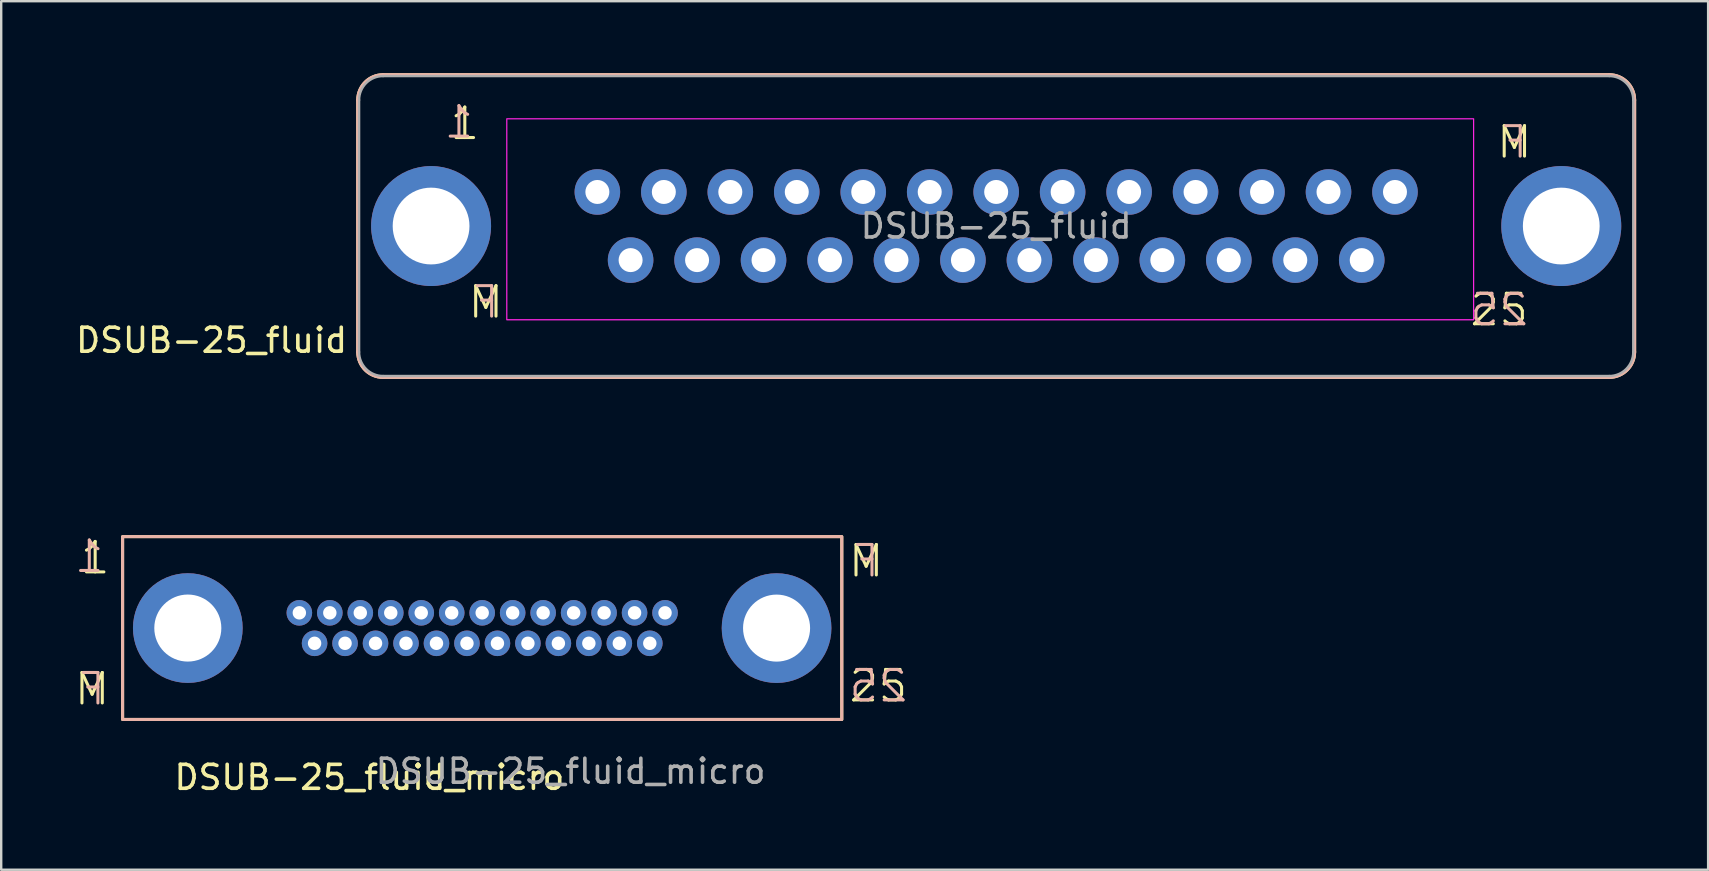
<source format=kicad_pcb>
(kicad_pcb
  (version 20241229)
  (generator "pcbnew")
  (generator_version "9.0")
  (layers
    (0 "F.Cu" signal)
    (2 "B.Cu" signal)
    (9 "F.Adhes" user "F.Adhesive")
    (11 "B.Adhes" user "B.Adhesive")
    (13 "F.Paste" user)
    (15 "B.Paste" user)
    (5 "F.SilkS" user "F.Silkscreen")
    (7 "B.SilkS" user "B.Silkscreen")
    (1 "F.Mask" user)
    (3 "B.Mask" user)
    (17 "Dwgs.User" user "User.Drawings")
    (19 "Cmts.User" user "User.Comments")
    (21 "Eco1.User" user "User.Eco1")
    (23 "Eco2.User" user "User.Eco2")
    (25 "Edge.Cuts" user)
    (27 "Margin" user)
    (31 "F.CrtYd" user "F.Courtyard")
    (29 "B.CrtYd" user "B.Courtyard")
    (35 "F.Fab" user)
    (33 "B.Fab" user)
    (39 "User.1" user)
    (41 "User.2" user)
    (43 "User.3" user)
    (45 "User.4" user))
  (footprint "DSUB-25_fluid"
    (layer "F.Cu")
    (at 38.47 6.368)
    (property "Reference" "DSUB-25_fluid" (at -32.703 4.763 0) (layer "F.SilkS") (effects (font (size 1 1) (thickness 0.15))))
    (attr through_hole)
    (fp_line (start -26.615 5.252) (end -26.615 -5.248) (stroke (width 0.12) (type solid)) (layer "F.SilkS"))
    (fp_line (start -25.555 -6.308) (end 25.545 -6.308) (stroke (width 0.12) (type solid)) (layer "F.SilkS"))
    (fp_line (start 25.545 6.312) (end -25.555 6.312) (stroke (width 0.12) (type solid)) (layer "F.SilkS"))
    (fp_line (start 26.605 -5.248) (end 26.605 5.252) (stroke (width 0.12) (type solid)) (layer "F.SilkS"))
    (fp_arc (start -26.6149 -5.2476) (mid -26.304433 -5.997133) (end -25.5549 -6.3076) (stroke (width 0.12) (type solid)) (layer "F.SilkS"))
    (fp_arc (start -25.5549 6.3124) (mid -26.304433 6.001933) (end -26.6149 5.2524) (stroke (width 0.12) (type solid)) (layer "F.SilkS"))
    (fp_arc (start 25.5451 -6.3076) (mid 26.294633 -5.997133) (end 26.6051 -5.2476) (stroke (width 0.12) (type solid)) (layer "F.SilkS"))
    (fp_arc (start 26.6051 5.2524) (mid 26.294633 6.001933) (end 25.5451 6.3124) (stroke (width 0.12) (type solid)) (layer "F.SilkS"))
    (fp_line (start -26.615 -5.248) (end -26.615 5.252) (stroke (width 0.12) (type solid)) (layer "B.SilkS"))
    (fp_line (start -25.555 6.312) (end 25.545 6.312) (stroke (width 0.12) (type solid)) (layer "B.SilkS"))
    (fp_line (start 25.545 -6.308) (end -25.555 -6.308) (stroke (width 0.12) (type solid)) (layer "B.SilkS"))
    (fp_line (start 26.605 5.252) (end 26.605 -5.248) (stroke (width 0.12) (type solid)) (layer "B.SilkS"))
    (fp_arc (start -26.6149 -5.2476) (mid -26.304433 -5.997133) (end -25.5549 -6.3076) (stroke (width 0.12) (type solid)) (layer "B.SilkS"))
    (fp_arc (start -25.5549 6.3124) (mid -26.304434 6.001934) (end -26.6149 5.2524) (stroke (width 0.12) (type solid)) (layer "B.SilkS"))
    (fp_arc (start 25.5451 -6.3076) (mid 26.294633 -5.997133) (end 26.6051 -5.2476) (stroke (width 0.12) (type solid)) (layer "B.SilkS"))
    (fp_arc (start 26.6051 5.2524) (mid 26.294633 6.001933) (end 25.5451 6.3124) (stroke (width 0.12) (type solid)) (layer "B.SilkS"))
    (fp_rect (start -20.4 -4.468) (end 19.892 3.908) (stroke (width 0.05) (type solid)) (fill no) (layer "F.CrtYd"))
    (fp_line (start -26.555 5.252) (end -26.555 -5.248) (stroke (width 0.1) (type solid)) (layer "F.Fab"))
    (fp_line (start -25.555 -6.248) (end 25.545 -6.248) (stroke (width 0.1) (type solid)) (layer "F.Fab"))
    (fp_line (start 25.545 6.252) (end -25.555 6.252) (stroke (width 0.1) (type solid)) (layer "F.Fab"))
    (fp_line (start 26.545 -5.248) (end 26.545 5.252) (stroke (width 0.1) (type solid)) (layer "F.Fab"))
    (fp_arc (start -26.5549 -5.2476) (mid -26.262007 -5.954707) (end -25.5549 -6.2476) (stroke (width 0.1) (type solid)) (layer "F.Fab"))
    (fp_arc (start -25.5549 6.2524) (mid -26.262007 5.959507) (end -26.5549 5.2524) (stroke (width 0.1) (type solid)) (layer "F.Fab"))
    (fp_arc (start 25.5451 -6.2476) (mid 26.252207 -5.954707) (end 26.5451 -5.2476) (stroke (width 0.1) (type solid)) (layer "F.Fab"))
    (fp_arc (start 26.5451 5.2524) (mid 26.252207 5.959507) (end 25.5451 6.2524) (stroke (width 0.1) (type solid)) (layer "F.Fab"))
    (fp_line (start -21.364 -2.228) (end -20.465 2.872) (stroke (width 0.12) (type solid)) (layer "User.1"))
    (fp_line (start -20.117 -2.492) (end -19.218 2.608) (stroke (width 0.12) (type solid)) (layer "User.1"))
    (fp_line (start -17.029 -4.44) (end 17.434 -4.44) (stroke (width 0.12) (type solid)) (layer "User.1"))
    (fp_line (start -16.13 3.98) (end 16.535 3.98) (stroke (width 0.12) (type solid)) (layer "User.1"))
    (fp_line (start 16.218 5.567) (end -16.47 5.567) (stroke (width 0.1) (type solid)) (layer "User.1"))
    (fp_line (start 17.129 -5.545) (end -17.358 -5.545) (stroke (width 0.1) (type solid)) (layer "User.1"))
    (fp_line (start 19.888 -2.492) (end 18.988 2.608) (stroke (width 0.12) (type solid)) (layer "User.1"))
    (fp_line (start 20.81 -2.228) (end 19.911 2.872) (stroke (width 0.12) (type solid)) (layer "User.1"))
    (fp_rect (start -26.5 9.75) (end 26.5 -2.25) (stroke (width 0.12) (type solid)) (fill no) (layer "User.1"))
    (fp_arc (start -21.364437 -2.227843) (mid -20.183449 -4.879896) (end -17.357565 -5.5451) (stroke (width 0.12) (type solid)) (layer "User.1"))
    (fp_arc (start -20.1174 -2.491844) (mid -18.918201 -4.012786) (end -17.029089 -4.4401) (stroke (width 0.12) (type solid)) (layer "User.1"))
    (fp_arc (start -16.469803 5.5674) (mid -19.228758 4.756335) (end -20.597303 2.227157) (stroke (width 0.12) (type solid)) (layer "User.1"))
    (fp_arc (start -16.129821 3.9799) (mid -17.81945 3.621544) (end -19.218132 2.608156) (stroke (width 0.12) (type solid)) (layer "User.1"))
    (fp_arc (start 17.128823 -5.5451) (mid 20.007082 -4.552624) (end 20.677697 -1.582843) (stroke (width 0.1) (type solid)) (layer "User.1"))
    (fp_arc (start 17.434289 -4.4401) (mid 19.000645 -3.893737) (end 19.8876 -2.491844) (stroke (width 0.12) (type solid)) (layer "User.1"))
    (fp_arc (start 18.988332 2.608156) (mid 17.940333 3.61355) (end 16.535021 3.9799) (stroke (width 0.12) (type solid)) (layer "User.1"))
    (fp_arc (start 19.910563 2.872157) (mid 18.606731 4.962906) (end 16.218051 5.5674) (stroke (width 0.12) (type solid)) (layer "User.1"))
    (fp_text user "M" (at 21.59 -3.493 0) (unlocked yes) (layer "F.SilkS") (effects (font (size 1.27 1.27) (thickness 0.127))))
    (fp_text user "M" (at -21.273 3.175 0) (unlocked yes) (layer "F.SilkS") (effects (font (size 1.27 1.27) (thickness 0.127))))
    (fp_text user "25" (at 20.955 3.493 0) (unlocked yes) (layer "F.SilkS") (effects (font (size 1.27 1.27) (thickness 0.127))))
    (fp_text user "1" (at -22.149 -4.267 0) (unlocked yes) (layer "F.SilkS") (effects (font (size 1.27 1.27) (thickness 0.127))))
    (fp_text user "F" (at -21.273 3.175 0) (unlocked yes) (layer "B.SilkS") (effects (font (size 1.27 1.27) (thickness 0.127)) (justify mirror)))
    (fp_text user "25" (at 20.955 3.493 0) (unlocked yes) (layer "B.SilkS") (effects (font (size 1.27 1.27) (thickness 0.127)) (justify mirror)))
    (fp_text user "F" (at 21.59 -3.493 0) (unlocked yes) (layer "B.SilkS") (effects (font (size 1.27 1.27) (thickness 0.127)) (justify mirror)))
    (fp_text user "1" (at -22.394 -4.327 0) (unlocked yes) (layer "B.SilkS") (effects (font (size 1.27 1.27) (thickness 0.127)) (justify mirror)))
    (fp_text user "${REFERENCE}" (at -0.005 0.002 0) (layer "F.Fab") (effects (font (size 1 1) (thickness 0.15))))
    (pad "1" thru_hole circle (at -16.625 -1.418) (size 1.9 1.9) (drill 1) (layers "*.Cu" "*.Mask"))
    (pad "2" thru_hole circle (at -13.855 -1.418) (size 1.9 1.9) (drill 1) (layers "*.Cu" "*.Mask"))
    (pad "3" thru_hole circle (at -11.085 -1.418) (size 1.9 1.9) (drill 1) (layers "*.Cu" "*.Mask"))
    (pad "4" thru_hole circle (at -8.315 -1.418) (size 1.9 1.9) (drill 1) (layers "*.Cu" "*.Mask"))
    (pad "5" thru_hole circle (at -5.545 -1.418) (size 1.9 1.9) (drill 1) (layers "*.Cu" "*.Mask"))
    (pad "6" thru_hole circle (at -2.775 -1.418) (size 1.9 1.9) (drill 1) (layers "*.Cu" "*.Mask"))
    (pad "7" thru_hole circle (at -0.005 -1.418) (size 1.9 1.9) (drill 1) (layers "*.Cu" "*.Mask"))
    (pad "8" thru_hole circle (at 2.765 -1.418) (size 1.9 1.9) (drill 1) (layers "*.Cu" "*.Mask"))
    (pad "9" thru_hole circle (at 5.535 -1.418) (size 1.9 1.9) (drill 1) (layers "*.Cu" "*.Mask"))
    (pad "10" thru_hole circle (at 8.305 -1.418) (size 1.9 1.9) (drill 1) (layers "*.Cu" "*.Mask"))
    (pad "11" thru_hole circle (at 11.075 -1.418) (size 1.9 1.9) (drill 1) (layers "*.Cu" "*.Mask"))
    (pad "12" thru_hole circle (at 13.845 -1.418) (size 1.9 1.9) (drill 1) (layers "*.Cu" "*.Mask"))
    (pad "13" thru_hole circle (at 16.615 -1.418) (size 1.9 1.9) (drill 1) (layers "*.Cu" "*.Mask"))
    (pad "14" thru_hole circle (at -15.24 1.422) (size 1.9 1.9) (drill 1) (layers "*.Cu" "*.Mask"))
    (pad "15" thru_hole circle (at -12.47 1.422) (size 1.9 1.9) (drill 1) (layers "*.Cu" "*.Mask"))
    (pad "16" thru_hole circle (at -9.7 1.422) (size 1.9 1.9) (drill 1) (layers "*.Cu" "*.Mask"))
    (pad "17" thru_hole circle (at -6.93 1.422) (size 1.9 1.9) (drill 1) (layers "*.Cu" "*.Mask"))
    (pad "18" thru_hole circle (at -4.16 1.422) (size 1.9 1.9) (drill 1) (layers "*.Cu" "*.Mask"))
    (pad "19" thru_hole circle (at -1.39 1.422) (size 1.9 1.9) (drill 1) (layers "*.Cu" "*.Mask"))
    (pad "20" thru_hole circle (at 1.38 1.422) (size 1.9 1.9) (drill 1) (layers "*.Cu" "*.Mask"))
    (pad "21" thru_hole circle (at 4.15 1.422) (size 1.9 1.9) (drill 1) (layers "*.Cu" "*.Mask"))
    (pad "22" thru_hole circle (at 6.92 1.422) (size 1.9 1.9) (drill 1) (layers "*.Cu" "*.Mask"))
    (pad "23" thru_hole circle (at 9.69 1.422) (size 1.9 1.9) (drill 1) (layers "*.Cu" "*.Mask"))
    (pad "24" thru_hole circle (at 12.46 1.422) (size 1.9 1.9) (drill 1) (layers "*.Cu" "*.Mask"))
    (pad "25" thru_hole circle (at 15.23 1.422) (size 1.9 1.9) (drill 1) (layers "*.Cu" "*.Mask"))
    (pad "s1" thru_hole circle (at -23.555 0.002) (size 5 5) (drill 3.2) (layers "*.Cu" "*.Mask"))
    (pad "s2" thru_hole circle (at 23.545 0.002) (size 5 5) (drill 3.2) (layers "*.Cu" "*.Mask")))
  (footprint "DSUB-25_fluid_micro"
    (layer "F.Cu")
    (at 17.045 23.124)
    (property "Reference" "DSUB-25_fluid_micro" (at -4.699 6.223 180) (layer "F.SilkS") (effects (font (size 1 1) (thickness 0.15))))
    (attr through_hole)
    (fp_poly (pts (xy -14.986 -3.81) (xy 14.986 -3.81) (xy 14.986 3.81) (xy -14.986 3.81)) (stroke (width 0.127) (type solid)) (fill no) (layer "F.SilkS"))
    (fp_poly (pts (xy -14.986 -3.81) (xy 14.986 -3.81) (xy 14.986 3.81) (xy -14.986 3.81)) (stroke (width 0.127) (type solid)) (fill no) (layer "B.SilkS"))
    (fp_poly (pts (xy -10.16 -3.175) (xy 10.16 -3.175) (xy 8.89 3.175) (xy -8.89 3.175)) (stroke (width 0.102) (type solid)) (fill no) (layer "User.1"))
    (fp_text user "M" (at -16.256 2.54 0) (unlocked yes) (layer "F.SilkS") (effects (font (size 1.27 1.27) (thickness 0.127))))
    (fp_text user "M" (at 16.002 -2.794 0) (unlocked yes) (layer "F.SilkS") (effects (font (size 1.27 1.27) (thickness 0.127))))
    (fp_text user "1" (at -16.129 -2.921 0) (unlocked yes) (layer "F.SilkS") (effects (font (size 1.27 1.27) (thickness 0.127))))
    (fp_text user "25" (at 16.51 2.413 0) (unlocked yes) (layer "F.SilkS") (effects (font (size 1.27 1.27) (thickness 0.127))))
    (fp_text user "1" (at -16.374 -2.981 0) (unlocked yes) (layer "B.SilkS") (effects (font (size 1.27 1.27) (thickness 0.127)) (justify mirror)))
    (fp_text user "F" (at 16.002 -2.794 0) (unlocked yes) (layer "B.SilkS") (effects (font (size 1.27 1.27) (thickness 0.127)) (justify mirror)))
    (fp_text user "25" (at 16.51 2.413 0) (unlocked yes) (layer "B.SilkS") (effects (font (size 1.27 1.27) (thickness 0.127)) (justify mirror)))
    (fp_text user "F" (at -16.256 2.54 0) (unlocked yes) (layer "B.SilkS") (effects (font (size 1.27 1.27) (thickness 0.127)) (justify mirror)))
    (fp_text user "${REFERENCE}" (at 3.683 5.969 180) (layer "F.Fab") (effects (font (size 1 1) (thickness 0.15))))
    (pad "1" thru_hole circle (at -7.62 -0.635) (size 1.067 1.067) (drill 0.559) (layers "*.Cu" "*.Mask"))
    (pad "2" thru_hole circle (at -6.35 -0.635) (size 1.067 1.067) (drill 0.559) (layers "*.Cu" "*.Mask"))
    (pad "3" thru_hole circle (at -5.08 -0.635) (size 1.067 1.067) (drill 0.559) (layers "*.Cu" "*.Mask"))
    (pad "4" thru_hole circle (at -3.81 -0.635) (size 1.067 1.067) (drill 0.559) (layers "*.Cu" "*.Mask"))
    (pad "5" thru_hole circle (at -2.54 -0.635) (size 1.067 1.067) (drill 0.559) (layers "*.Cu" "*.Mask"))
    (pad "6" thru_hole circle (at -1.27 -0.635) (size 1.067 1.067) (drill 0.559) (layers "*.Cu" "*.Mask"))
    (pad "7" thru_hole circle (at 0 -0.635) (size 1.067 1.067) (drill 0.559) (layers "*.Cu" "*.Mask"))
    (pad "8" thru_hole circle (at 1.27 -0.635) (size 1.067 1.067) (drill 0.559) (layers "*.Cu" "*.Mask"))
    (pad "9" thru_hole circle (at 2.54 -0.635) (size 1.067 1.067) (drill 0.559) (layers "*.Cu" "*.Mask"))
    (pad "10" thru_hole circle (at 3.81 -0.635) (size 1.067 1.067) (drill 0.559) (layers "*.Cu" "*.Mask"))
    (pad "11" thru_hole circle (at 5.08 -0.635) (size 1.067 1.067) (drill 0.559) (layers "*.Cu" "*.Mask"))
    (pad "12" thru_hole circle (at 6.35 -0.635) (size 1.067 1.067) (drill 0.559) (layers "*.Cu" "*.Mask"))
    (pad "13" thru_hole circle (at 7.62 -0.635) (size 1.067 1.067) (drill 0.559) (layers "*.Cu" "*.Mask"))
    (pad "14" thru_hole circle (at -6.985 0.635) (size 1.067 1.067) (drill 0.559) (layers "*.Cu" "*.Mask"))
    (pad "15" thru_hole circle (at -5.715 0.635) (size 1.067 1.067) (drill 0.559) (layers "*.Cu" "*.Mask"))
    (pad "16" thru_hole circle (at -4.445 0.635) (size 1.067 1.067) (drill 0.559) (layers "*.Cu" "*.Mask"))
    (pad "17" thru_hole circle (at -3.175 0.635) (size 1.067 1.067) (drill 0.559) (layers "*.Cu" "*.Mask"))
    (pad "18" thru_hole circle (at -1.905 0.635) (size 1.067 1.067) (drill 0.559) (layers "*.Cu" "*.Mask"))
    (pad "19" thru_hole circle (at -0.635 0.635) (size 1.067 1.067) (drill 0.559) (layers "*.Cu" "*.Mask"))
    (pad "20" thru_hole circle (at 0.635 0.635) (size 1.067 1.067) (drill 0.559) (layers "*.Cu" "*.Mask"))
    (pad "21" thru_hole circle (at 1.905 0.635) (size 1.067 1.067) (drill 0.559) (layers "*.Cu" "*.Mask"))
    (pad "22" thru_hole circle (at 3.175 0.635) (size 1.067 1.067) (drill 0.559) (layers "*.Cu" "*.Mask"))
    (pad "23" thru_hole circle (at 4.445 0.635) (size 1.067 1.067) (drill 0.559) (layers "*.Cu" "*.Mask"))
    (pad "24" thru_hole circle (at 5.715 0.635) (size 1.067 1.067) (drill 0.559) (layers "*.Cu" "*.Mask"))
    (pad "25" thru_hole circle (at 6.985 0.635) (size 1.067 1.067) (drill 0.559) (layers "*.Cu" "*.Mask"))
    (pad "s1" thru_hole circle (at -12.268 0) (size 4.572 4.572) (drill 2.794) (layers "*.Cu" "*.Mask"))
    (pad "s2" thru_hole circle (at 12.268 0.002) (size 4.572 4.572) (drill 2.794) (layers "*.Cu" "*.Mask")))
  (gr_rect
    (start -3 -3)
    (end 68.135 33.196)
    (stroke (width 0.1) (type default))
    (fill no)
    (layer "Edge.Cuts")))
</source>
